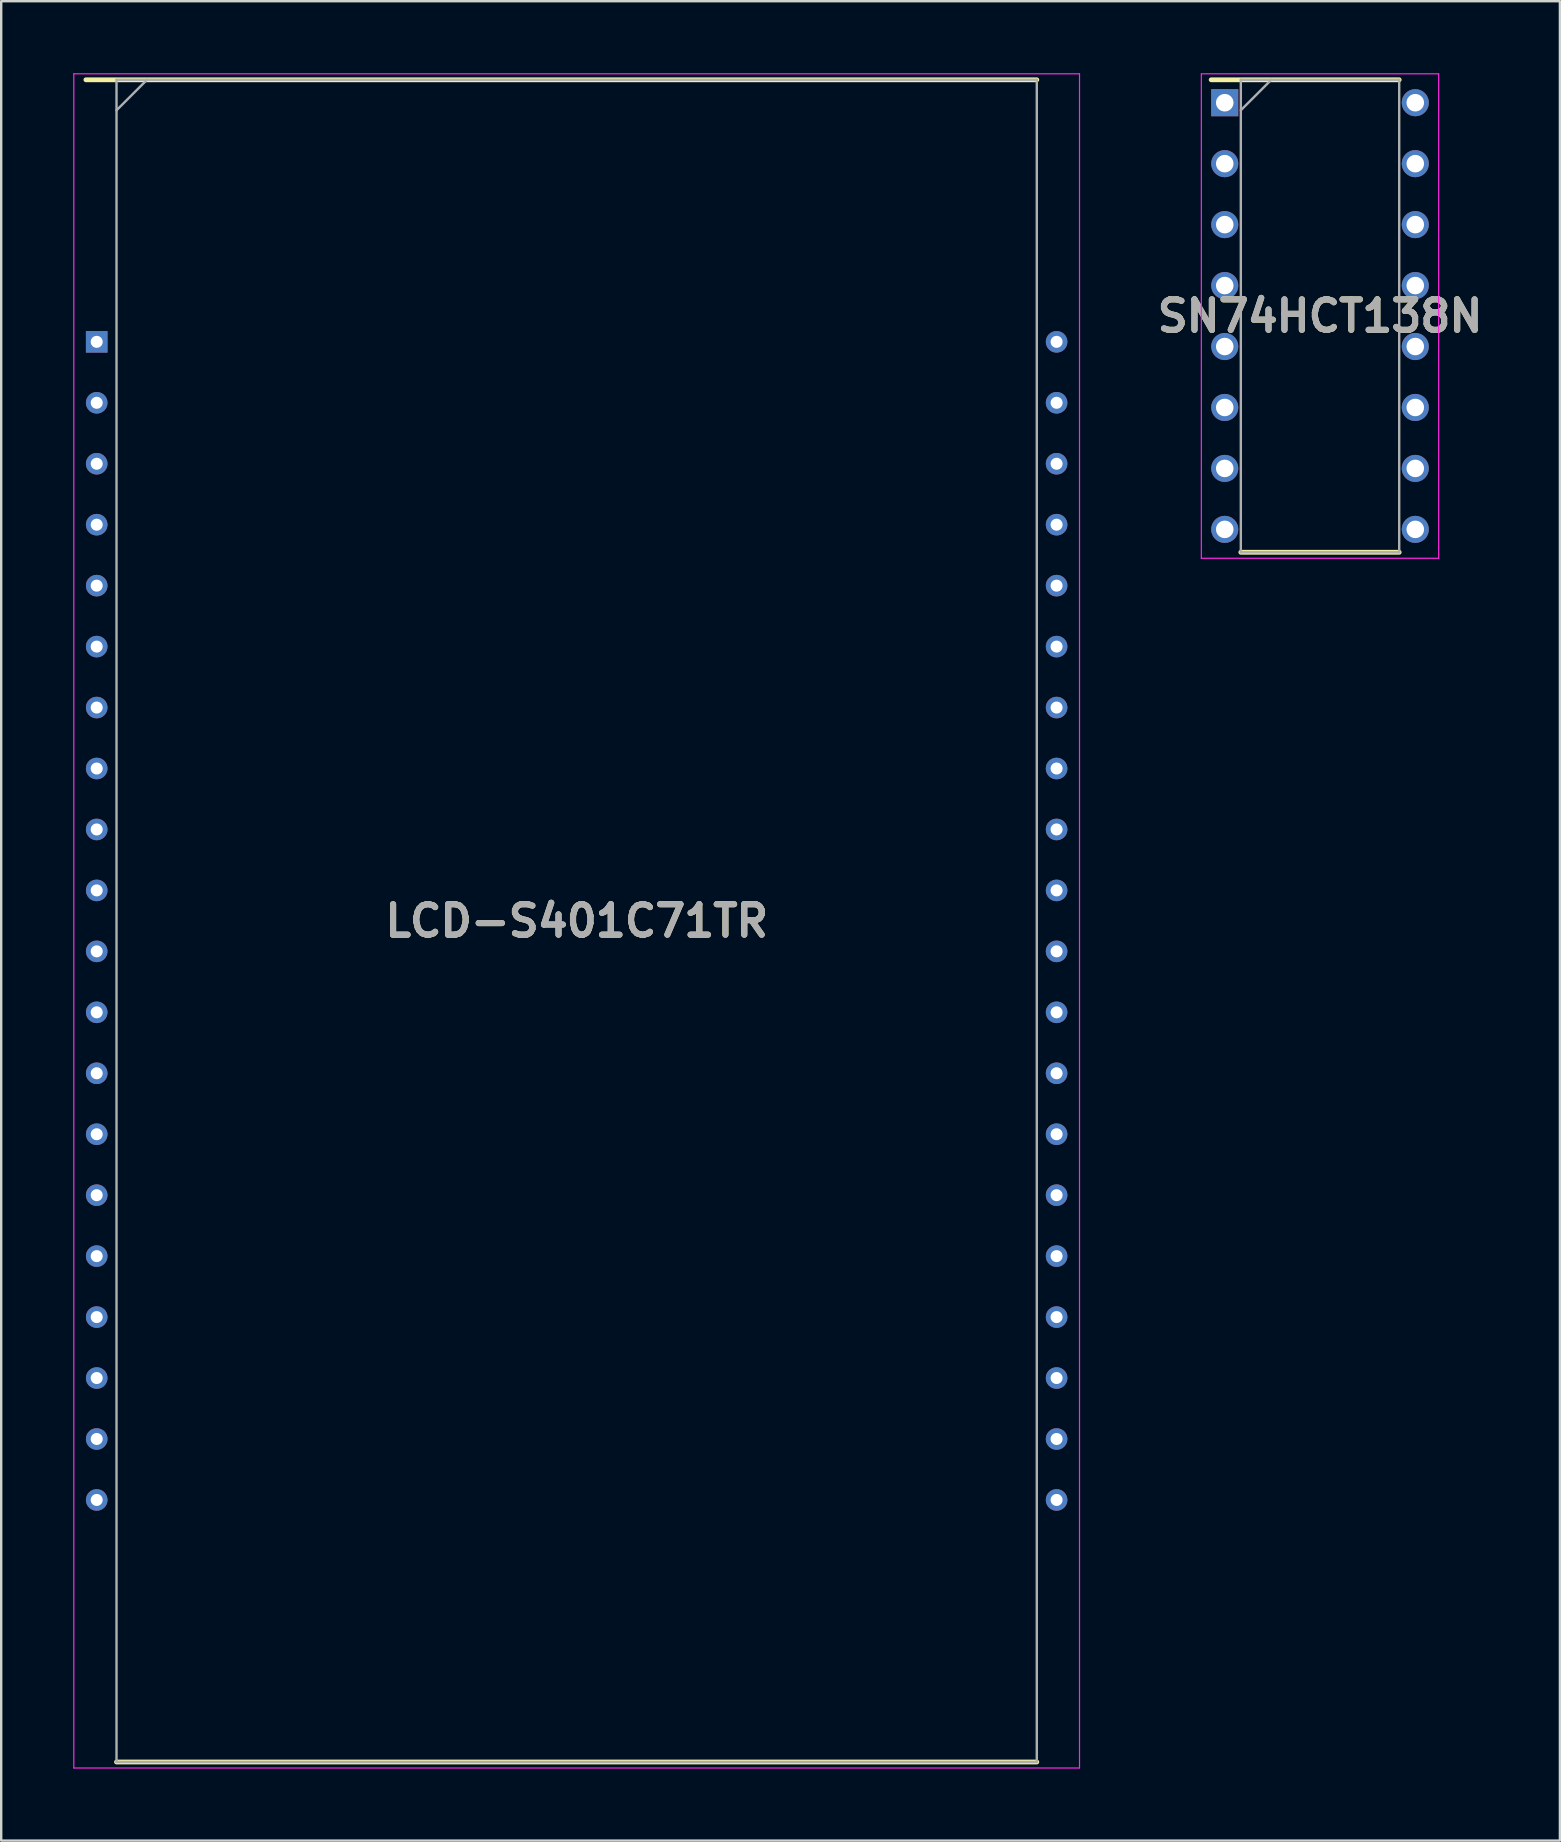
<source format=kicad_pcb>
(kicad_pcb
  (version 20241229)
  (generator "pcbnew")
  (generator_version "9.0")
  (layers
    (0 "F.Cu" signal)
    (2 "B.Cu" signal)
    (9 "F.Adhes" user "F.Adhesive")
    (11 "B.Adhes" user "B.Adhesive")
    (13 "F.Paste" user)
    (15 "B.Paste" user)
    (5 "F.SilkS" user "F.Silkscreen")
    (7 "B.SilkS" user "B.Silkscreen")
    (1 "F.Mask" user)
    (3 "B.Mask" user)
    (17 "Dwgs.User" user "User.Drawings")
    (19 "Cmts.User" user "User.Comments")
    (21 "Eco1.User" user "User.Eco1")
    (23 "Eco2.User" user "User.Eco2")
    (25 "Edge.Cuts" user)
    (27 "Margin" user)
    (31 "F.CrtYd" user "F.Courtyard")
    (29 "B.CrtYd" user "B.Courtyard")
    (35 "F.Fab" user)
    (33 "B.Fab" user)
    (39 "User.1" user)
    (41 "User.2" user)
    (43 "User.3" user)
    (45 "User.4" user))
  (footprint "LCD-S401C71TR"
    (layer "F.Cu")
    (at 20.98 35.325)
    (property "Reference" "LCD-S401C71TR" (at 0 0 0) (layer "F.SilkS") (effects (font (size 1.27 1.27) (thickness 0.254))))
    (attr through_hole)
    (fp_line (start -20.45 -35.05) (end 19.175 -35.05) (stroke (width 0.2) (type solid)) (layer "F.SilkS"))
    (fp_line (start -19.175 35.05) (end 19.175 35.05) (stroke (width 0.2) (type solid)) (layer "F.SilkS"))
    (fp_line (start -20.955 -35.3) (end 20.955 -35.3) (stroke (width 0.05) (type solid)) (layer "F.CrtYd"))
    (fp_line (start -20.955 35.3) (end -20.955 -35.3) (stroke (width 0.05) (type solid)) (layer "F.CrtYd"))
    (fp_line (start 20.955 -35.3) (end 20.955 35.3) (stroke (width 0.05) (type solid)) (layer "F.CrtYd"))
    (fp_line (start 20.955 35.3) (end -20.955 35.3) (stroke (width 0.05) (type solid)) (layer "F.CrtYd"))
    (fp_line (start -19.175 -35.05) (end 19.175 -35.05) (stroke (width 0.1) (type solid)) (layer "F.Fab"))
    (fp_line (start -19.175 -33.78) (end -17.905 -35.05) (stroke (width 0.1) (type solid)) (layer "F.Fab"))
    (fp_line (start -19.175 35.05) (end -19.175 -35.05) (stroke (width 0.1) (type solid)) (layer "F.Fab"))
    (fp_line (start 19.175 -35.05) (end 19.175 35.05) (stroke (width 0.1) (type solid)) (layer "F.Fab"))
    (fp_line (start 19.175 35.05) (end -19.175 35.05) (stroke (width 0.1) (type solid)) (layer "F.Fab"))
    (fp_text user "${REFERENCE}" (at 0 0 0) (layer "F.Fab") (effects (font (size 1.27 1.27) (thickness 0.254))))
    (pad "1" thru_hole rect (at -20 -24.13) (size 0.9 0.9) (drill 0.5) (layers "*.Cu" "*.Mask"))
    (pad "2" thru_hole circle (at -20 -21.59) (size 0.9 0.9) (drill 0.5) (layers "*.Cu" "*.Mask"))
    (pad "3" thru_hole circle (at -20 -19.05) (size 0.9 0.9) (drill 0.5) (layers "*.Cu" "*.Mask"))
    (pad "4" thru_hole circle (at -20 -16.51) (size 0.9 0.9) (drill 0.5) (layers "*.Cu" "*.Mask"))
    (pad "5" thru_hole circle (at -20 -13.97) (size 0.9 0.9) (drill 0.5) (layers "*.Cu" "*.Mask"))
    (pad "6" thru_hole circle (at -20 -11.43) (size 0.9 0.9) (drill 0.5) (layers "*.Cu" "*.Mask"))
    (pad "7" thru_hole circle (at -20 -8.89) (size 0.9 0.9) (drill 0.5) (layers "*.Cu" "*.Mask"))
    (pad "8" thru_hole circle (at -20 -6.35) (size 0.9 0.9) (drill 0.5) (layers "*.Cu" "*.Mask"))
    (pad "9" thru_hole circle (at -20 -3.81) (size 0.9 0.9) (drill 0.5) (layers "*.Cu" "*.Mask"))
    (pad "10" thru_hole circle (at -20 -1.27) (size 0.9 0.9) (drill 0.5) (layers "*.Cu" "*.Mask"))
    (pad "11" thru_hole circle (at -20 1.27) (size 0.9 0.9) (drill 0.5) (layers "*.Cu" "*.Mask"))
    (pad "12" thru_hole circle (at -20 3.81) (size 0.9 0.9) (drill 0.5) (layers "*.Cu" "*.Mask"))
    (pad "13" thru_hole circle (at -20 6.35) (size 0.9 0.9) (drill 0.5) (layers "*.Cu" "*.Mask"))
    (pad "14" thru_hole circle (at -20 8.89) (size 0.9 0.9) (drill 0.5) (layers "*.Cu" "*.Mask"))
    (pad "15" thru_hole circle (at -20 11.43) (size 0.9 0.9) (drill 0.5) (layers "*.Cu" "*.Mask"))
    (pad "16" thru_hole circle (at -20 13.97) (size 0.9 0.9) (drill 0.5) (layers "*.Cu" "*.Mask"))
    (pad "17" thru_hole circle (at -20 16.51) (size 0.9 0.9) (drill 0.5) (layers "*.Cu" "*.Mask"))
    (pad "18" thru_hole circle (at -20 19.05) (size 0.9 0.9) (drill 0.5) (layers "*.Cu" "*.Mask"))
    (pad "19" thru_hole circle (at -20 21.59) (size 0.9 0.9) (drill 0.5) (layers "*.Cu" "*.Mask"))
    (pad "20" thru_hole circle (at -20 24.13) (size 0.9 0.9) (drill 0.5) (layers "*.Cu" "*.Mask"))
    (pad "21" thru_hole circle (at 20 24.13) (size 0.9 0.9) (drill 0.5) (layers "*.Cu" "*.Mask"))
    (pad "22" thru_hole circle (at 20 21.59) (size 0.9 0.9) (drill 0.5) (layers "*.Cu" "*.Mask"))
    (pad "23" thru_hole circle (at 20 19.05) (size 0.9 0.9) (drill 0.5) (layers "*.Cu" "*.Mask"))
    (pad "24" thru_hole circle (at 20 16.51) (size 0.9 0.9) (drill 0.5) (layers "*.Cu" "*.Mask"))
    (pad "25" thru_hole circle (at 20 13.97) (size 0.9 0.9) (drill 0.5) (layers "*.Cu" "*.Mask"))
    (pad "26" thru_hole circle (at 20 11.43) (size 0.9 0.9) (drill 0.5) (layers "*.Cu" "*.Mask"))
    (pad "27" thru_hole circle (at 20 8.89) (size 0.9 0.9) (drill 0.5) (layers "*.Cu" "*.Mask"))
    (pad "28" thru_hole circle (at 20 6.35) (size 0.9 0.9) (drill 0.5) (layers "*.Cu" "*.Mask"))
    (pad "29" thru_hole circle (at 20 3.81) (size 0.9 0.9) (drill 0.5) (layers "*.Cu" "*.Mask"))
    (pad "30" thru_hole circle (at 20 1.27) (size 0.9 0.9) (drill 0.5) (layers "*.Cu" "*.Mask"))
    (pad "31" thru_hole circle (at 20 -1.27) (size 0.9 0.9) (drill 0.5) (layers "*.Cu" "*.Mask"))
    (pad "32" thru_hole circle (at 20 -3.81) (size 0.9 0.9) (drill 0.5) (layers "*.Cu" "*.Mask"))
    (pad "33" thru_hole circle (at 20 -6.35) (size 0.9 0.9) (drill 0.5) (layers "*.Cu" "*.Mask"))
    (pad "34" thru_hole circle (at 20 -8.89) (size 0.9 0.9) (drill 0.5) (layers "*.Cu" "*.Mask"))
    (pad "35" thru_hole circle (at 20 -11.43) (size 0.9 0.9) (drill 0.5) (layers "*.Cu" "*.Mask"))
    (pad "36" thru_hole circle (at 20 -13.97) (size 0.9 0.9) (drill 0.5) (layers "*.Cu" "*.Mask"))
    (pad "37" thru_hole circle (at 20 -16.51) (size 0.9 0.9) (drill 0.5) (layers "*.Cu" "*.Mask"))
    (pad "38" thru_hole circle (at 20 -19.05) (size 0.9 0.9) (drill 0.5) (layers "*.Cu" "*.Mask"))
    (pad "39" thru_hole circle (at 20 -21.59) (size 0.9 0.9) (drill 0.5) (layers "*.Cu" "*.Mask"))
    (pad "40" thru_hole circle (at 20 -24.13) (size 0.9 0.9) (drill 0.5) (layers "*.Cu" "*.Mask")))
  (footprint "SN74HCT138N"
    (layer "F.Cu")
    (at 51.957 10.12)
    (property "Reference" "SN74HCT138N" (at 0 0 0) (layer "F.SilkS") (effects (font (size 1.27 1.27) (thickness 0.254))))
    (attr through_hole)
    (fp_line (start -4.535 -9.845) (end 3.3 -9.845) (stroke (width 0.2) (type solid)) (layer "F.SilkS"))
    (fp_line (start -3.3 9.845) (end 3.3 9.845) (stroke (width 0.2) (type solid)) (layer "F.SilkS"))
    (fp_line (start -4.945 -10.095) (end 4.945 -10.095) (stroke (width 0.05) (type solid)) (layer "F.CrtYd"))
    (fp_line (start -4.945 10.095) (end -4.945 -10.095) (stroke (width 0.05) (type solid)) (layer "F.CrtYd"))
    (fp_line (start 4.945 -10.095) (end 4.945 10.095) (stroke (width 0.05) (type solid)) (layer "F.CrtYd"))
    (fp_line (start 4.945 10.095) (end -4.945 10.095) (stroke (width 0.05) (type solid)) (layer "F.CrtYd"))
    (fp_line (start -3.3 -9.845) (end 3.3 -9.845) (stroke (width 0.1) (type solid)) (layer "F.Fab"))
    (fp_line (start -3.3 -8.575) (end -2.03 -9.845) (stroke (width 0.1) (type solid)) (layer "F.Fab"))
    (fp_line (start -3.3 9.845) (end -3.3 -9.845) (stroke (width 0.1) (type solid)) (layer "F.Fab"))
    (fp_line (start 3.3 -9.845) (end 3.3 9.845) (stroke (width 0.1) (type solid)) (layer "F.Fab"))
    (fp_line (start 3.3 9.845) (end -3.3 9.845) (stroke (width 0.1) (type solid)) (layer "F.Fab"))
    (fp_text user "${REFERENCE}" (at 0 0 0) (layer "F.Fab") (effects (font (size 1.27 1.27) (thickness 0.254))))
    (pad "1" thru_hole rect (at -3.97 -8.89) (size 1.13 1.13) (drill 0.73) (layers "*.Cu" "*.Mask"))
    (pad "2" thru_hole circle (at -3.97 -6.35) (size 1.13 1.13) (drill 0.73) (layers "*.Cu" "*.Mask"))
    (pad "3" thru_hole circle (at -3.97 -3.81) (size 1.13 1.13) (drill 0.73) (layers "*.Cu" "*.Mask"))
    (pad "4" thru_hole circle (at -3.97 -1.27) (size 1.13 1.13) (drill 0.73) (layers "*.Cu" "*.Mask"))
    (pad "5" thru_hole circle (at -3.97 1.27) (size 1.13 1.13) (drill 0.73) (layers "*.Cu" "*.Mask"))
    (pad "6" thru_hole circle (at -3.97 3.81) (size 1.13 1.13) (drill 0.73) (layers "*.Cu" "*.Mask"))
    (pad "7" thru_hole circle (at -3.97 6.35) (size 1.13 1.13) (drill 0.73) (layers "*.Cu" "*.Mask"))
    (pad "8" thru_hole circle (at -3.97 8.89) (size 1.13 1.13) (drill 0.73) (layers "*.Cu" "*.Mask"))
    (pad "9" thru_hole circle (at 3.97 8.89) (size 1.13 1.13) (drill 0.73) (layers "*.Cu" "*.Mask"))
    (pad "10" thru_hole circle (at 3.97 6.35) (size 1.13 1.13) (drill 0.73) (layers "*.Cu" "*.Mask"))
    (pad "11" thru_hole circle (at 3.97 3.81) (size 1.13 1.13) (drill 0.73) (layers "*.Cu" "*.Mask"))
    (pad "12" thru_hole circle (at 3.97 1.27) (size 1.13 1.13) (drill 0.73) (layers "*.Cu" "*.Mask"))
    (pad "13" thru_hole circle (at 3.97 -1.27) (size 1.13 1.13) (drill 0.73) (layers "*.Cu" "*.Mask"))
    (pad "14" thru_hole circle (at 3.97 -3.81) (size 1.13 1.13) (drill 0.73) (layers "*.Cu" "*.Mask"))
    (pad "15" thru_hole circle (at 3.97 -6.35) (size 1.13 1.13) (drill 0.73) (layers "*.Cu" "*.Mask"))
    (pad "16" thru_hole circle (at 3.97 -8.89) (size 1.13 1.13) (drill 0.73) (layers "*.Cu" "*.Mask")))
  (gr_rect
    (start -3 -3)
    (end 61.954 73.65)
    (stroke (width 0.1) (type default))
    (fill no)
    (layer "Edge.Cuts")))
</source>
